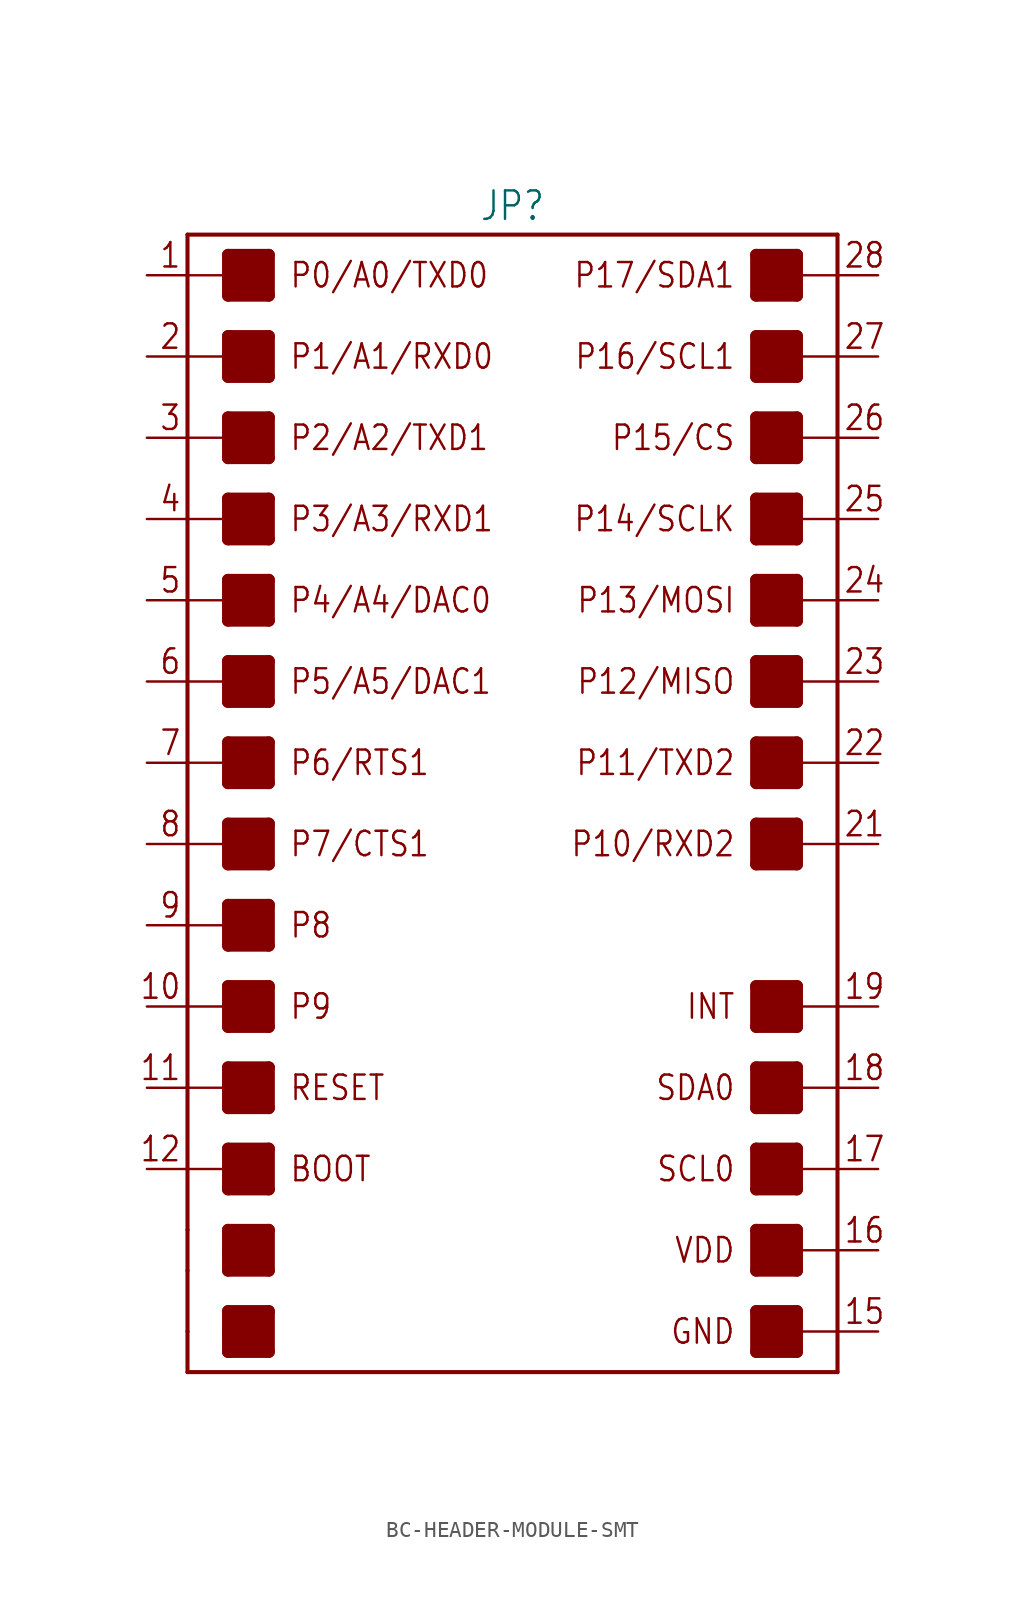
<source format=kicad_sym>
(kicad_symbol_lib
  (version 20231120)
  (generator "kicad_symbol_editor")
  (generator_version "8.0")
  (symbol "BC-HEADER-MODULE-SMT"
    (property "Reference" "JP"
      (at 0 36.322 0)
      (effects (font (size 1.778 1.511)) (justify bottom)))
    (property "Value" ""
      (at 0 -36.322 0)
      (effects (font (size 1.778 1.511)) (justify top)))
    (property "ki_locked" ""
      (at 0 0 0)
      (effects (font (size 1.27 1.27))))
    (symbol "BC-HEADER-MODULE-SMT_1_0"
      (rectangle (start -17.78 -34.29) (end -15.24 -31.75) (stroke (width 0) (type default)) (fill (type outline)))
      (rectangle (start -17.78 -29.21) (end -15.24 -26.67) (stroke (width 0) (type default)) (fill (type outline)))
      (rectangle (start -17.78 -24.13) (end -15.24 -21.59) (stroke (width 0) (type default)) (fill (type outline)))
      (rectangle (start -17.78 -19.05) (end -15.24 -16.51) (stroke (width 0) (type default)) (fill (type outline)))
      (rectangle (start -17.78 -13.97) (end -15.24 -11.43) (stroke (width 0) (type default)) (fill (type outline)))
      (rectangle (start -17.78 -8.89) (end -15.24 -6.35) (stroke (width 0) (type default)) (fill (type outline)))
      (rectangle (start -17.78 -3.81) (end -15.24 -1.27) (stroke (width 0) (type default)) (fill (type outline)))
      (rectangle (start -17.78 1.27) (end -15.24 3.81) (stroke (width 0) (type default)) (fill (type outline)))
      (rectangle (start -17.78 6.35) (end -15.24 8.89) (stroke (width 0) (type default)) (fill (type outline)))
      (rectangle (start -17.78 11.43) (end -15.24 13.97) (stroke (width 0) (type default)) (fill (type outline)))
      (rectangle (start -17.78 16.51) (end -15.24 19.05) (stroke (width 0) (type default)) (fill (type outline)))
      (rectangle (start -17.78 21.59) (end -15.24 24.13) (stroke (width 0) (type default)) (fill (type outline)))
      (rectangle (start -17.78 26.67) (end -15.24 29.21) (stroke (width 0) (type default)) (fill (type outline)))
      (rectangle (start -17.78 31.75) (end -15.24 34.29) (stroke (width 0) (type default)) (fill (type outline)))
      (polyline (pts (xy -20.32 -33.02) (xy -20.32 -35.56)) (stroke (width 0.254) (type solid)) (fill (type none)))
      (polyline (pts (xy -20.32 -29.21) (xy -20.32 -33.02)) (stroke (width 0.254) (type solid)) (fill (type none)))
      (polyline (pts (xy -20.32 -26.67) (xy -20.32 -29.21)) (stroke (width 0.254) (type solid)) (fill (type none)))
      (polyline (pts (xy -20.32 -22.86) (xy -20.32 -26.67)) (stroke (width 0.254) (type solid)) (fill (type none)))
      (polyline (pts (xy -20.32 -22.86) (xy -17.78 -22.86)) (stroke (width 0.152) (type solid)) (fill (type none)))
      (polyline (pts (xy -20.32 -17.78) (xy -20.32 -22.86)) (stroke (width 0.254) (type solid)) (fill (type none)))
      (polyline (pts (xy -20.32 -17.78) (xy -17.78 -17.78)) (stroke (width 0.152) (type solid)) (fill (type none)))
      (polyline (pts (xy -20.32 -12.7) (xy -20.32 -17.78)) (stroke (width 0.254) (type solid)) (fill (type none)))
      (polyline (pts (xy -20.32 -12.7) (xy -17.78 -12.7)) (stroke (width 0.152) (type solid)) (fill (type none)))
      (polyline (pts (xy -20.32 -7.62) (xy -20.32 -12.7)) (stroke (width 0.254) (type solid)) (fill (type none)))
      (polyline (pts (xy -20.32 -7.62) (xy -17.78 -7.62)) (stroke (width 0.152) (type solid)) (fill (type none)))
      (polyline (pts (xy -20.32 -2.54) (xy -20.32 -7.62)) (stroke (width 0.254) (type solid)) (fill (type none)))
      (polyline (pts (xy -20.32 -2.54) (xy -17.78 -2.54)) (stroke (width 0.152) (type solid)) (fill (type none)))
      (polyline (pts (xy -20.32 2.54) (xy -20.32 -2.54)) (stroke (width 0.254) (type solid)) (fill (type none)))
      (polyline (pts (xy -20.32 2.54) (xy -17.78 2.54)) (stroke (width 0.152) (type solid)) (fill (type none)))
      (polyline (pts (xy -20.32 7.62) (xy -20.32 2.54)) (stroke (width 0.254) (type solid)) (fill (type none)))
      (polyline (pts (xy -20.32 7.62) (xy -17.78 7.62)) (stroke (width 0.152) (type solid)) (fill (type none)))
      (polyline (pts (xy -20.32 12.7) (xy -20.32 7.62)) (stroke (width 0.254) (type solid)) (fill (type none)))
      (polyline (pts (xy -20.32 12.7) (xy -17.78 12.7)) (stroke (width 0.152) (type solid)) (fill (type none)))
      (polyline (pts (xy -20.32 17.78) (xy -20.32 12.7)) (stroke (width 0.254) (type solid)) (fill (type none)))
      (polyline (pts (xy -20.32 17.78) (xy -17.78 17.78)) (stroke (width 0.152) (type solid)) (fill (type none)))
      (polyline (pts (xy -20.32 22.86) (xy -20.32 17.78)) (stroke (width 0.254) (type solid)) (fill (type none)))
      (polyline (pts (xy -20.32 22.86) (xy -17.78 22.86)) (stroke (width 0.152) (type solid)) (fill (type none)))
      (polyline (pts (xy -20.32 27.94) (xy -20.32 22.86)) (stroke (width 0.254) (type solid)) (fill (type none)))
      (polyline (pts (xy -20.32 27.94) (xy -17.78 27.94)) (stroke (width 0.152) (type solid)) (fill (type none)))
      (polyline (pts (xy -20.32 33.02) (xy -20.32 27.94)) (stroke (width 0.254) (type solid)) (fill (type none)))
      (polyline (pts (xy -20.32 33.02) (xy -17.78 33.02)) (stroke (width 0.152) (type solid)) (fill (type none)))
      (polyline (pts (xy -20.32 35.56) (xy -20.32 33.02)) (stroke (width 0.254) (type solid)) (fill (type none)))
      (polyline (pts (xy -20.32 35.56) (xy 20.32 35.56)) (stroke (width 0.254) (type solid)) (fill (type none)))
      (polyline (pts (xy -17.78 -34.29) (xy -15.24 -34.29)) (stroke (width 0.762) (type solid)) (fill (type none)))
      (polyline (pts (xy -17.78 -33.02) (xy -17.78 -34.29)) (stroke (width 0.762) (type solid)) (fill (type none)))
      (polyline (pts (xy -17.78 -31.75) (xy -17.78 -33.02)) (stroke (width 0.762) (type solid)) (fill (type none)))
      (polyline (pts (xy -17.78 -31.75) (xy -15.24 -31.75)) (stroke (width 0.762) (type solid)) (fill (type none)))
      (polyline (pts (xy -17.78 -29.21) (xy -15.24 -29.21)) (stroke (width 0.762) (type solid)) (fill (type none)))
      (polyline (pts (xy -17.78 -27.94) (xy -17.78 -29.21)) (stroke (width 0.762) (type solid)) (fill (type none)))
      (polyline (pts (xy -17.78 -26.67) (xy -17.78 -27.94)) (stroke (width 0.762) (type solid)) (fill (type none)))
      (polyline (pts (xy -17.78 -26.67) (xy -15.24 -26.67)) (stroke (width 0.762) (type solid)) (fill (type none)))
      (polyline (pts (xy -17.78 -24.13) (xy -15.24 -24.13)) (stroke (width 0.762) (type solid)) (fill (type none)))
      (polyline (pts (xy -17.78 -22.86) (xy -17.78 -24.13)) (stroke (width 0.762) (type solid)) (fill (type none)))
      (polyline (pts (xy -17.78 -21.59) (xy -17.78 -22.86)) (stroke (width 0.762) (type solid)) (fill (type none)))
      (polyline (pts (xy -17.78 -21.59) (xy -15.24 -21.59)) (stroke (width 0.762) (type solid)) (fill (type none)))
      (polyline (pts (xy -17.78 -19.05) (xy -15.24 -19.05)) (stroke (width 0.762) (type solid)) (fill (type none)))
      (polyline (pts (xy -17.78 -17.78) (xy -17.78 -19.05)) (stroke (width 0.762) (type solid)) (fill (type none)))
      (polyline (pts (xy -17.78 -16.51) (xy -17.78 -17.78)) (stroke (width 0.762) (type solid)) (fill (type none)))
      (polyline (pts (xy -17.78 -16.51) (xy -15.24 -16.51)) (stroke (width 0.762) (type solid)) (fill (type none)))
      (polyline (pts (xy -17.78 -13.97) (xy -15.24 -13.97)) (stroke (width 0.762) (type solid)) (fill (type none)))
      (polyline (pts (xy -17.78 -12.7) (xy -17.78 -13.97)) (stroke (width 0.762) (type solid)) (fill (type none)))
      (polyline (pts (xy -17.78 -11.43) (xy -17.78 -12.7)) (stroke (width 0.762) (type solid)) (fill (type none)))
      (polyline (pts (xy -17.78 -11.43) (xy -15.24 -11.43)) (stroke (width 0.762) (type solid)) (fill (type none)))
      (polyline (pts (xy -17.78 -8.89) (xy -15.24 -8.89)) (stroke (width 0.762) (type solid)) (fill (type none)))
      (polyline (pts (xy -17.78 -7.62) (xy -17.78 -8.89)) (stroke (width 0.762) (type solid)) (fill (type none)))
      (polyline (pts (xy -17.78 -6.35) (xy -17.78 -7.62)) (stroke (width 0.762) (type solid)) (fill (type none)))
      (polyline (pts (xy -17.78 -6.35) (xy -15.24 -6.35)) (stroke (width 0.762) (type solid)) (fill (type none)))
      (polyline (pts (xy -17.78 -3.81) (xy -15.24 -3.81)) (stroke (width 0.762) (type solid)) (fill (type none)))
      (polyline (pts (xy -17.78 -2.54) (xy -17.78 -3.81)) (stroke (width 0.762) (type solid)) (fill (type none)))
      (polyline (pts (xy -17.78 -1.27) (xy -17.78 -2.54)) (stroke (width 0.762) (type solid)) (fill (type none)))
      (polyline (pts (xy -17.78 -1.27) (xy -15.24 -1.27)) (stroke (width 0.762) (type solid)) (fill (type none)))
      (polyline (pts (xy -17.78 1.27) (xy -15.24 1.27)) (stroke (width 0.762) (type solid)) (fill (type none)))
      (polyline (pts (xy -17.78 2.54) (xy -17.78 1.27)) (stroke (width 0.762) (type solid)) (fill (type none)))
      (polyline (pts (xy -17.78 3.81) (xy -17.78 2.54)) (stroke (width 0.762) (type solid)) (fill (type none)))
      (polyline (pts (xy -17.78 3.81) (xy -15.24 3.81)) (stroke (width 0.762) (type solid)) (fill (type none)))
      (polyline (pts (xy -17.78 6.35) (xy -15.24 6.35)) (stroke (width 0.762) (type solid)) (fill (type none)))
      (polyline (pts (xy -17.78 7.62) (xy -17.78 6.35)) (stroke (width 0.762) (type solid)) (fill (type none)))
      (polyline (pts (xy -17.78 8.89) (xy -17.78 7.62)) (stroke (width 0.762) (type solid)) (fill (type none)))
      (polyline (pts (xy -17.78 8.89) (xy -15.24 8.89)) (stroke (width 0.762) (type solid)) (fill (type none)))
      (polyline (pts (xy -17.78 11.43) (xy -15.24 11.43)) (stroke (width 0.762) (type solid)) (fill (type none)))
      (polyline (pts (xy -17.78 12.7) (xy -17.78 11.43)) (stroke (width 0.762) (type solid)) (fill (type none)))
      (polyline (pts (xy -17.78 13.97) (xy -17.78 12.7)) (stroke (width 0.762) (type solid)) (fill (type none)))
      (polyline (pts (xy -17.78 13.97) (xy -15.24 13.97)) (stroke (width 0.762) (type solid)) (fill (type none)))
      (polyline (pts (xy -17.78 16.51) (xy -15.24 16.51)) (stroke (width 0.762) (type solid)) (fill (type none)))
      (polyline (pts (xy -17.78 17.78) (xy -17.78 16.51)) (stroke (width 0.762) (type solid)) (fill (type none)))
      (polyline (pts (xy -17.78 19.05) (xy -17.78 17.78)) (stroke (width 0.762) (type solid)) (fill (type none)))
      (polyline (pts (xy -17.78 19.05) (xy -15.24 19.05)) (stroke (width 0.762) (type solid)) (fill (type none)))
      (polyline (pts (xy -17.78 21.59) (xy -15.24 21.59)) (stroke (width 0.762) (type solid)) (fill (type none)))
      (polyline (pts (xy -17.78 22.86) (xy -17.78 21.59)) (stroke (width 0.762) (type solid)) (fill (type none)))
      (polyline (pts (xy -17.78 24.13) (xy -17.78 22.86)) (stroke (width 0.762) (type solid)) (fill (type none)))
      (polyline (pts (xy -17.78 24.13) (xy -15.24 24.13)) (stroke (width 0.762) (type solid)) (fill (type none)))
      (polyline (pts (xy -17.78 26.67) (xy -15.24 26.67)) (stroke (width 0.762) (type solid)) (fill (type none)))
      (polyline (pts (xy -17.78 27.94) (xy -17.78 26.67)) (stroke (width 0.762) (type solid)) (fill (type none)))
      (polyline (pts (xy -17.78 29.21) (xy -17.78 27.94)) (stroke (width 0.762) (type solid)) (fill (type none)))
      (polyline (pts (xy -17.78 29.21) (xy -15.24 29.21)) (stroke (width 0.762) (type solid)) (fill (type none)))
      (polyline (pts (xy -17.78 31.75) (xy -15.24 31.75)) (stroke (width 0.762) (type solid)) (fill (type none)))
      (polyline (pts (xy -17.78 33.02) (xy -17.78 31.75)) (stroke (width 0.762) (type solid)) (fill (type none)))
      (polyline (pts (xy -17.78 34.29) (xy -17.78 33.02)) (stroke (width 0.762) (type solid)) (fill (type none)))
      (polyline (pts (xy -17.78 34.29) (xy -15.24 34.29)) (stroke (width 0.762) (type solid)) (fill (type none)))
      (polyline (pts (xy -15.24 -34.29) (xy -15.24 -31.75)) (stroke (width 0.762) (type solid)) (fill (type none)))
      (polyline (pts (xy -15.24 -29.21) (xy -15.24 -26.67)) (stroke (width 0.762) (type solid)) (fill (type none)))
      (polyline (pts (xy -15.24 -24.13) (xy -15.24 -21.59)) (stroke (width 0.762) (type solid)) (fill (type none)))
      (polyline (pts (xy -15.24 -19.05) (xy -15.24 -16.51)) (stroke (width 0.762) (type solid)) (fill (type none)))
      (polyline (pts (xy -15.24 -13.97) (xy -15.24 -11.43)) (stroke (width 0.762) (type solid)) (fill (type none)))
      (polyline (pts (xy -15.24 -8.89) (xy -15.24 -6.35)) (stroke (width 0.762) (type solid)) (fill (type none)))
      (polyline (pts (xy -15.24 -3.81) (xy -15.24 -1.27)) (stroke (width 0.762) (type solid)) (fill (type none)))
      (polyline (pts (xy -15.24 1.27) (xy -15.24 3.81)) (stroke (width 0.762) (type solid)) (fill (type none)))
      (polyline (pts (xy -15.24 6.35) (xy -15.24 8.89)) (stroke (width 0.762) (type solid)) (fill (type none)))
      (polyline (pts (xy -15.24 11.43) (xy -15.24 13.97)) (stroke (width 0.762) (type solid)) (fill (type none)))
      (polyline (pts (xy -15.24 16.51) (xy -15.24 19.05)) (stroke (width 0.762) (type solid)) (fill (type none)))
      (polyline (pts (xy -15.24 21.59) (xy -15.24 24.13)) (stroke (width 0.762) (type solid)) (fill (type none)))
      (polyline (pts (xy -15.24 26.67) (xy -15.24 29.21)) (stroke (width 0.762) (type solid)) (fill (type none)))
      (polyline (pts (xy -15.24 31.75) (xy -15.24 34.29)) (stroke (width 0.762) (type solid)) (fill (type none)))
      (polyline (pts (xy 15.24 -34.29) (xy 17.78 -34.29)) (stroke (width 0.762) (type solid)) (fill (type none)))
      (polyline (pts (xy 15.24 -31.75) (xy 15.24 -34.29)) (stroke (width 0.762) (type solid)) (fill (type none)))
      (polyline (pts (xy 15.24 -31.75) (xy 17.78 -31.75)) (stroke (width 0.762) (type solid)) (fill (type none)))
      (polyline (pts (xy 15.24 -29.21) (xy 17.78 -29.21)) (stroke (width 0.762) (type solid)) (fill (type none)))
      (polyline (pts (xy 15.24 -26.67) (xy 15.24 -29.21)) (stroke (width 0.762) (type solid)) (fill (type none)))
      (polyline (pts (xy 15.24 -26.67) (xy 17.78 -26.67)) (stroke (width 0.762) (type solid)) (fill (type none)))
      (polyline (pts (xy 15.24 -24.13) (xy 17.78 -24.13)) (stroke (width 0.762) (type solid)) (fill (type none)))
      (polyline (pts (xy 15.24 -21.59) (xy 15.24 -24.13)) (stroke (width 0.762) (type solid)) (fill (type none)))
      (polyline (pts (xy 15.24 -21.59) (xy 17.78 -21.59)) (stroke (width 0.762) (type solid)) (fill (type none)))
      (polyline (pts (xy 15.24 -19.05) (xy 17.78 -19.05)) (stroke (width 0.762) (type solid)) (fill (type none)))
      (polyline (pts (xy 15.24 -16.51) (xy 15.24 -19.05)) (stroke (width 0.762) (type solid)) (fill (type none)))
      (polyline (pts (xy 15.24 -16.51) (xy 17.78 -16.51)) (stroke (width 0.762) (type solid)) (fill (type none)))
      (polyline (pts (xy 15.24 -13.97) (xy 17.78 -13.97)) (stroke (width 0.762) (type solid)) (fill (type none)))
      (polyline (pts (xy 15.24 -11.43) (xy 15.24 -13.97)) (stroke (width 0.762) (type solid)) (fill (type none)))
      (polyline (pts (xy 15.24 -11.43) (xy 17.78 -11.43)) (stroke (width 0.762) (type solid)) (fill (type none)))
      (polyline (pts (xy 15.24 -3.81) (xy 17.78 -3.81)) (stroke (width 0.762) (type solid)) (fill (type none)))
      (polyline (pts (xy 15.24 -1.27) (xy 15.24 -3.81)) (stroke (width 0.762) (type solid)) (fill (type none)))
      (polyline (pts (xy 15.24 -1.27) (xy 17.78 -1.27)) (stroke (width 0.762) (type solid)) (fill (type none)))
      (polyline (pts (xy 15.24 1.27) (xy 17.78 1.27)) (stroke (width 0.762) (type solid)) (fill (type none)))
      (polyline (pts (xy 15.24 3.81) (xy 15.24 1.27)) (stroke (width 0.762) (type solid)) (fill (type none)))
      (polyline (pts (xy 15.24 3.81) (xy 17.78 3.81)) (stroke (width 0.762) (type solid)) (fill (type none)))
      (polyline (pts (xy 15.24 6.35) (xy 17.78 6.35)) (stroke (width 0.762) (type solid)) (fill (type none)))
      (polyline (pts (xy 15.24 8.89) (xy 15.24 6.35)) (stroke (width 0.762) (type solid)) (fill (type none)))
      (polyline (pts (xy 15.24 8.89) (xy 17.78 8.89)) (stroke (width 0.762) (type solid)) (fill (type none)))
      (polyline (pts (xy 15.24 11.43) (xy 17.78 11.43)) (stroke (width 0.762) (type solid)) (fill (type none)))
      (polyline (pts (xy 15.24 13.97) (xy 15.24 11.43)) (stroke (width 0.762) (type solid)) (fill (type none)))
      (polyline (pts (xy 15.24 13.97) (xy 17.78 13.97)) (stroke (width 0.762) (type solid)) (fill (type none)))
      (polyline (pts (xy 15.24 16.51) (xy 17.78 16.51)) (stroke (width 0.762) (type solid)) (fill (type none)))
      (polyline (pts (xy 15.24 19.05) (xy 15.24 16.51)) (stroke (width 0.762) (type solid)) (fill (type none)))
      (polyline (pts (xy 15.24 19.05) (xy 17.78 19.05)) (stroke (width 0.762) (type solid)) (fill (type none)))
      (polyline (pts (xy 15.24 21.59) (xy 17.78 21.59)) (stroke (width 0.762) (type solid)) (fill (type none)))
      (polyline (pts (xy 15.24 24.13) (xy 15.24 21.59)) (stroke (width 0.762) (type solid)) (fill (type none)))
      (polyline (pts (xy 15.24 24.13) (xy 17.78 24.13)) (stroke (width 0.762) (type solid)) (fill (type none)))
      (polyline (pts (xy 15.24 26.67) (xy 17.78 26.67)) (stroke (width 0.762) (type solid)) (fill (type none)))
      (polyline (pts (xy 15.24 29.21) (xy 15.24 26.67)) (stroke (width 0.762) (type solid)) (fill (type none)))
      (polyline (pts (xy 15.24 29.21) (xy 17.78 29.21)) (stroke (width 0.762) (type solid)) (fill (type none)))
      (polyline (pts (xy 15.24 31.75) (xy 17.78 31.75)) (stroke (width 0.762) (type solid)) (fill (type none)))
      (polyline (pts (xy 15.24 34.29) (xy 15.24 31.75)) (stroke (width 0.762) (type solid)) (fill (type none)))
      (polyline (pts (xy 15.24 34.29) (xy 17.78 34.29)) (stroke (width 0.762) (type solid)) (fill (type none)))
      (polyline (pts (xy 17.78 -34.29) (xy 17.78 -33.02)) (stroke (width 0.762) (type solid)) (fill (type none)))
      (polyline (pts (xy 17.78 -33.02) (xy 17.78 -31.75)) (stroke (width 0.762) (type solid)) (fill (type none)))
      (polyline (pts (xy 17.78 -33.02) (xy 20.32 -33.02)) (stroke (width 0.152) (type solid)) (fill (type none)))
      (polyline (pts (xy 17.78 -29.21) (xy 17.78 -27.94)) (stroke (width 0.762) (type solid)) (fill (type none)))
      (polyline (pts (xy 17.78 -27.94) (xy 17.78 -26.67)) (stroke (width 0.762) (type solid)) (fill (type none)))
      (polyline (pts (xy 17.78 -27.94) (xy 20.32 -27.94)) (stroke (width 0.152) (type solid)) (fill (type none)))
      (polyline (pts (xy 17.78 -24.13) (xy 17.78 -22.86)) (stroke (width 0.762) (type solid)) (fill (type none)))
      (polyline (pts (xy 17.78 -22.86) (xy 17.78 -21.59)) (stroke (width 0.762) (type solid)) (fill (type none)))
      (polyline (pts (xy 17.78 -22.86) (xy 20.32 -22.86)) (stroke (width 0.152) (type solid)) (fill (type none)))
      (polyline (pts (xy 17.78 -19.05) (xy 17.78 -17.78)) (stroke (width 0.762) (type solid)) (fill (type none)))
      (polyline (pts (xy 17.78 -17.78) (xy 17.78 -16.51)) (stroke (width 0.762) (type solid)) (fill (type none)))
      (polyline (pts (xy 17.78 -17.78) (xy 20.32 -17.78)) (stroke (width 0.152) (type solid)) (fill (type none)))
      (polyline (pts (xy 17.78 -13.97) (xy 17.78 -12.7)) (stroke (width 0.762) (type solid)) (fill (type none)))
      (polyline (pts (xy 17.78 -12.7) (xy 17.78 -11.43)) (stroke (width 0.762) (type solid)) (fill (type none)))
      (polyline (pts (xy 17.78 -12.7) (xy 20.32 -12.7)) (stroke (width 0.152) (type solid)) (fill (type none)))
      (polyline (pts (xy 17.78 -3.81) (xy 17.78 -2.54)) (stroke (width 0.762) (type solid)) (fill (type none)))
      (polyline (pts (xy 17.78 -2.54) (xy 17.78 -1.27)) (stroke (width 0.762) (type solid)) (fill (type none)))
      (polyline (pts (xy 17.78 -2.54) (xy 20.32 -2.54)) (stroke (width 0.152) (type solid)) (fill (type none)))
      (polyline (pts (xy 17.78 1.27) (xy 17.78 2.54)) (stroke (width 0.762) (type solid)) (fill (type none)))
      (polyline (pts (xy 17.78 2.54) (xy 17.78 3.81)) (stroke (width 0.762) (type solid)) (fill (type none)))
      (polyline (pts (xy 17.78 2.54) (xy 20.32 2.54)) (stroke (width 0.152) (type solid)) (fill (type none)))
      (polyline (pts (xy 17.78 6.35) (xy 17.78 7.62)) (stroke (width 0.762) (type solid)) (fill (type none)))
      (polyline (pts (xy 17.78 7.62) (xy 17.78 8.89)) (stroke (width 0.762) (type solid)) (fill (type none)))
      (polyline (pts (xy 17.78 7.62) (xy 20.32 7.62)) (stroke (width 0.152) (type solid)) (fill (type none)))
      (polyline (pts (xy 17.78 11.43) (xy 17.78 12.7)) (stroke (width 0.762) (type solid)) (fill (type none)))
      (polyline (pts (xy 17.78 12.7) (xy 17.78 13.97)) (stroke (width 0.762) (type solid)) (fill (type none)))
      (polyline (pts (xy 17.78 12.7) (xy 20.32 12.7)) (stroke (width 0.152) (type solid)) (fill (type none)))
      (polyline (pts (xy 17.78 16.51) (xy 17.78 17.78)) (stroke (width 0.762) (type solid)) (fill (type none)))
      (polyline (pts (xy 17.78 17.78) (xy 17.78 19.05)) (stroke (width 0.762) (type solid)) (fill (type none)))
      (polyline (pts (xy 17.78 17.78) (xy 20.32 17.78)) (stroke (width 0.152) (type solid)) (fill (type none)))
      (polyline (pts (xy 17.78 21.59) (xy 17.78 22.86)) (stroke (width 0.762) (type solid)) (fill (type none)))
      (polyline (pts (xy 17.78 22.86) (xy 17.78 24.13)) (stroke (width 0.762) (type solid)) (fill (type none)))
      (polyline (pts (xy 17.78 22.86) (xy 20.32 22.86)) (stroke (width 0.152) (type solid)) (fill (type none)))
      (polyline (pts (xy 17.78 26.67) (xy 17.78 27.94)) (stroke (width 0.762) (type solid)) (fill (type none)))
      (polyline (pts (xy 17.78 27.94) (xy 17.78 29.21)) (stroke (width 0.762) (type solid)) (fill (type none)))
      (polyline (pts (xy 17.78 27.94) (xy 20.32 27.94)) (stroke (width 0.152) (type solid)) (fill (type none)))
      (polyline (pts (xy 17.78 31.75) (xy 17.78 33.02)) (stroke (width 0.762) (type solid)) (fill (type none)))
      (polyline (pts (xy 17.78 33.02) (xy 17.78 34.29)) (stroke (width 0.762) (type solid)) (fill (type none)))
      (polyline (pts (xy 17.78 33.02) (xy 20.32 33.02)) (stroke (width 0.152) (type solid)) (fill (type none)))
      (polyline (pts (xy 20.32 -35.56) (xy -20.32 -35.56)) (stroke (width 0.254) (type solid)) (fill (type none)))
      (polyline (pts (xy 20.32 -33.02) (xy 20.32 -35.56)) (stroke (width 0.254) (type solid)) (fill (type none)))
      (polyline (pts (xy 20.32 -27.94) (xy 20.32 -33.02)) (stroke (width 0.254) (type solid)) (fill (type none)))
      (polyline (pts (xy 20.32 -22.86) (xy 20.32 -27.94)) (stroke (width 0.254) (type solid)) (fill (type none)))
      (polyline (pts (xy 20.32 -17.78) (xy 20.32 -22.86)) (stroke (width 0.254) (type solid)) (fill (type none)))
      (polyline (pts (xy 20.32 -12.7) (xy 20.32 -17.78)) (stroke (width 0.254) (type solid)) (fill (type none)))
      (polyline (pts (xy 20.32 -2.54) (xy 20.32 -12.7)) (stroke (width 0.254) (type solid)) (fill (type none)))
      (polyline (pts (xy 20.32 2.54) (xy 20.32 -2.54)) (stroke (width 0.254) (type solid)) (fill (type none)))
      (polyline (pts (xy 20.32 7.62) (xy 20.32 2.54)) (stroke (width 0.254) (type solid)) (fill (type none)))
      (polyline (pts (xy 20.32 12.7) (xy 20.32 7.62)) (stroke (width 0.254) (type solid)) (fill (type none)))
      (polyline (pts (xy 20.32 17.78) (xy 20.32 12.7)) (stroke (width 0.254) (type solid)) (fill (type none)))
      (polyline (pts (xy 20.32 22.86) (xy 20.32 17.78)) (stroke (width 0.254) (type solid)) (fill (type none)))
      (polyline (pts (xy 20.32 27.94) (xy 20.32 22.86)) (stroke (width 0.254) (type solid)) (fill (type none)))
      (polyline (pts (xy 20.32 33.02) (xy 20.32 27.94)) (stroke (width 0.254) (type solid)) (fill (type none)))
      (polyline (pts (xy 20.32 35.56) (xy 20.32 33.02)) (stroke (width 0.254) (type solid)) (fill (type none)))
      (rectangle (start 15.24 -34.29) (end 17.78 -31.75) (stroke (width 0) (type default)) (fill (type outline)))
      (rectangle (start 15.24 -29.21) (end 17.78 -26.67) (stroke (width 0) (type default)) (fill (type outline)))
      (rectangle (start 15.24 -24.13) (end 17.78 -21.59) (stroke (width 0) (type default)) (fill (type outline)))
      (rectangle (start 15.24 -19.05) (end 17.78 -16.51) (stroke (width 0) (type default)) (fill (type outline)))
      (rectangle (start 15.24 -13.97) (end 17.78 -11.43) (stroke (width 0) (type default)) (fill (type outline)))
      (rectangle (start 15.24 -3.81) (end 17.78 -1.27) (stroke (width 0) (type default)) (fill (type outline)))
      (rectangle (start 15.24 1.27) (end 17.78 3.81) (stroke (width 0) (type default)) (fill (type outline)))
      (rectangle (start 15.24 6.35) (end 17.78 8.89) (stroke (width 0) (type default)) (fill (type outline)))
      (rectangle (start 15.24 11.43) (end 17.78 13.97) (stroke (width 0) (type default)) (fill (type outline)))
      (rectangle (start 15.24 16.51) (end 17.78 19.05) (stroke (width 0) (type default)) (fill (type outline)))
      (rectangle (start 15.24 21.59) (end 17.78 24.13) (stroke (width 0) (type default)) (fill (type outline)))
      (rectangle (start 15.24 26.67) (end 17.78 29.21) (stroke (width 0) (type default)) (fill (type outline)))
      (rectangle (start 15.24 31.75) (end 17.78 34.29) (stroke (width 0) (type default)) (fill (type outline)))
      (text "1" (at -20.676 33.376 0) (effects (font (size 1.524 1.295)) (justify right bottom)))
      (text "10" (at -20.676 -12.344 0) (effects (font (size 1.524 1.295)) (justify right bottom)))
      (text "11" (at -20.676 -17.424 0) (effects (font (size 1.524 1.295)) (justify right bottom)))
      (text "12" (at -20.676 -22.504 0) (effects (font (size 1.524 1.295)) (justify right bottom)))
      (text "15" (at 20.676 -32.664 0) (effects (font (size 1.524 1.295)) (justify left bottom)))
      (text "16" (at 20.676 -27.584 0) (effects (font (size 1.524 1.295)) (justify left bottom)))
      (text "17" (at 20.676 -22.504 0) (effects (font (size 1.524 1.295)) (justify left bottom)))
      (text "18" (at 20.676 -17.424 0) (effects (font (size 1.524 1.295)) (justify left bottom)))
      (text "19" (at 20.676 -12.344 0) (effects (font (size 1.524 1.295)) (justify left bottom)))
      (text "2" (at -20.676 28.296 0) (effects (font (size 1.524 1.295)) (justify right bottom)))
      (text "21" (at 20.676 -2.184 0) (effects (font (size 1.524 1.295)) (justify left bottom)))
      (text "22" (at 20.676 2.896 0) (effects (font (size 1.524 1.295)) (justify left bottom)))
      (text "23" (at 20.676 7.976 0) (effects (font (size 1.524 1.295)) (justify left bottom)))
      (text "24" (at 20.676 13.056 0) (effects (font (size 1.524 1.295)) (justify left bottom)))
      (text "25" (at 20.676 18.136 0) (effects (font (size 1.524 1.295)) (justify left bottom)))
      (text "26" (at 20.676 23.216 0) (effects (font (size 1.524 1.295)) (justify left bottom)))
      (text "27" (at 20.676 28.296 0) (effects (font (size 1.524 1.295)) (justify left bottom)))
      (text "28" (at 20.676 33.376 0) (effects (font (size 1.524 1.295)) (justify left bottom)))
      (text "3" (at -20.676 23.216 0) (effects (font (size 1.524 1.295)) (justify right bottom)))
      (text "4" (at -20.676 18.136 0) (effects (font (size 1.524 1.295)) (justify right bottom)))
      (text "5" (at -20.676 13.056 0) (effects (font (size 1.524 1.295)) (justify right bottom)))
      (text "6" (at -20.676 7.976 0) (effects (font (size 1.524 1.295)) (justify right bottom)))
      (text "7" (at -20.676 2.896 0) (effects (font (size 1.524 1.295)) (justify right bottom)))
      (text "8" (at -20.676 -2.184 0) (effects (font (size 1.524 1.295)) (justify right bottom)))
      (text "9" (at -20.676 -7.264 0) (effects (font (size 1.524 1.295)) (justify right bottom)))
      (text "BOOT" (at -13.97 -22.86 0) (effects (font (size 1.524 1.295)) (justify left)))
      (text "GND" (at 13.97 -33.02 0) (effects (font (size 1.524 1.295)) (justify right)))
      (text "INT" (at 13.97 -12.7 0) (effects (font (size 1.524 1.295)) (justify right)))
      (text "P0/A0/TXD0" (at -13.97 33.02 0) (effects (font (size 1.524 1.295)) (justify left)))
      (text "P1/A1/RXD0" (at -13.97 27.94 0) (effects (font (size 1.524 1.295)) (justify left)))
      (text "P10/RXD2" (at 13.97 -2.54 0) (effects (font (size 1.524 1.295)) (justify right)))
      (text "P11/TXD2" (at 13.97 2.54 0) (effects (font (size 1.524 1.295)) (justify right)))
      (text "P12/MISO" (at 13.97 7.62 0) (effects (font (size 1.524 1.295)) (justify right)))
      (text "P13/MOSI" (at 13.97 12.7 0) (effects (font (size 1.524 1.295)) (justify right)))
      (text "P14/SCLK" (at 13.97 17.78 0) (effects (font (size 1.524 1.295)) (justify right)))
      (text "P15/CS" (at 13.97 22.86 0) (effects (font (size 1.524 1.295)) (justify right)))
      (text "P16/SCL1" (at 13.97 27.94 0) (effects (font (size 1.524 1.295)) (justify right)))
      (text "P17/SDA1" (at 13.97 33.02 0) (effects (font (size 1.524 1.295)) (justify right)))
      (text "P2/A2/TXD1" (at -13.97 22.86 0) (effects (font (size 1.524 1.295)) (justify left)))
      (text "P3/A3/RXD1" (at -13.97 17.78 0) (effects (font (size 1.524 1.295)) (justify left)))
      (text "P4/A4/DAC0" (at -13.97 12.7 0) (effects (font (size 1.524 1.295)) (justify left)))
      (text "P5/A5/DAC1" (at -13.97 7.62 0) (effects (font (size 1.524 1.295)) (justify left)))
      (text "P6/RTS1" (at -13.97 2.54 0) (effects (font (size 1.524 1.295)) (justify left)))
      (text "P7/CTS1" (at -13.97 -2.54 0) (effects (font (size 1.524 1.295)) (justify left)))
      (text "P8" (at -13.97 -7.62 0) (effects (font (size 1.524 1.295)) (justify left)))
      (text "P9" (at -13.97 -12.7 0) (effects (font (size 1.524 1.295)) (justify left)))
      (text "RESET" (at -13.97 -17.78 0) (effects (font (size 1.524 1.295)) (justify left)))
      (text "SCL0" (at 13.97 -22.86 0) (effects (font (size 1.524 1.295)) (justify right)))
      (text "SDA0" (at 13.97 -17.78 0) (effects (font (size 1.524 1.295)) (justify right)))
      (text "VDD" (at 13.97 -27.94 0) (effects (font (size 1.524 1.295)) (justify right)))
      (pin passive line (at -22.86 33.02 0) (length 2.54) (name "P0/A0/TXD0" (effects (font (size 0 0)))) (number "1" (effects (font (size 0 0)))))
      (pin passive line (at -22.86 -12.7 0) (length 2.54) (name "P9" (effects (font (size 0 0)))) (number "10" (effects (font (size 0 0)))))
      (pin passive line (at -22.86 -17.78 0) (length 2.54) (name "RESET" (effects (font (size 0 0)))) (number "11" (effects (font (size 0 0)))))
      (pin passive line (at -22.86 -22.86 0) (length 2.54) (name "BOOT" (effects (font (size 0 0)))) (number "12" (effects (font (size 0 0)))))
      (pin passive line (at 22.86 -33.02 180) (length 2.54) (name "GND" (effects (font (size 0 0)))) (number "15" (effects (font (size 0 0)))))
      (pin passive line (at 22.86 -27.94 180) (length 2.54) (name "VDD" (effects (font (size 0 0)))) (number "16" (effects (font (size 0 0)))))
      (pin passive line (at 22.86 -22.86 180) (length 2.54) (name "SCL0" (effects (font (size 0 0)))) (number "17" (effects (font (size 0 0)))))
      (pin passive line (at 22.86 -17.78 180) (length 2.54) (name "SDA0" (effects (font (size 0 0)))) (number "18" (effects (font (size 0 0)))))
      (pin passive line (at 22.86 -12.7 180) (length 2.54) (name "INT" (effects (font (size 0 0)))) (number "19" (effects (font (size 0 0)))))
      (pin passive line (at -22.86 27.94 0) (length 2.54) (name "P1/A1/RXD0" (effects (font (size 0 0)))) (number "2" (effects (font (size 0 0)))))
      (pin passive line (at 22.86 -2.54 180) (length 2.54) (name "P10/RXD2" (effects (font (size 0 0)))) (number "21" (effects (font (size 0 0)))))
      (pin passive line (at 22.86 2.54 180) (length 2.54) (name "P11/TXD2" (effects (font (size 0 0)))) (number "22" (effects (font (size 0 0)))))
      (pin passive line (at 22.86 7.62 180) (length 2.54) (name "P12/MISO" (effects (font (size 0 0)))) (number "23" (effects (font (size 0 0)))))
      (pin passive line (at 22.86 12.7 180) (length 2.54) (name "P13/MOSI" (effects (font (size 0 0)))) (number "24" (effects (font (size 0 0)))))
      (pin passive line (at 22.86 17.78 180) (length 2.54) (name "P14/SCLK" (effects (font (size 0 0)))) (number "25" (effects (font (size 0 0)))))
      (pin passive line (at 22.86 22.86 180) (length 2.54) (name "P15/CS" (effects (font (size 0 0)))) (number "26" (effects (font (size 0 0)))))
      (pin passive line (at 22.86 27.94 180) (length 2.54) (name "P16/SCL1" (effects (font (size 0 0)))) (number "27" (effects (font (size 0 0)))))
      (pin passive line (at 22.86 33.02 180) (length 2.54) (name "P17/SDA1" (effects (font (size 0 0)))) (number "28" (effects (font (size 0 0)))))
      (pin passive line (at -22.86 22.86 0) (length 2.54) (name "P2/A2/TXD1" (effects (font (size 0 0)))) (number "3" (effects (font (size 0 0)))))
      (pin passive line (at -22.86 17.78 0) (length 2.54) (name "P3/A3/RXD1" (effects (font (size 0 0)))) (number "4" (effects (font (size 0 0)))))
      (pin passive line (at -22.86 12.7 0) (length 2.54) (name "P4/A4/DAC0" (effects (font (size 0 0)))) (number "5" (effects (font (size 0 0)))))
      (pin passive line (at -22.86 7.62 0) (length 2.54) (name "P5/A5/DAC1" (effects (font (size 0 0)))) (number "6" (effects (font (size 0 0)))))
      (pin passive line (at -22.86 2.54 0) (length 2.54) (name "P6/RTS1" (effects (font (size 0 0)))) (number "7" (effects (font (size 0 0)))))
      (pin passive line (at -22.86 -2.54 0) (length 2.54) (name "P7/CTS1" (effects (font (size 0 0)))) (number "8" (effects (font (size 0 0)))))
      (pin passive line (at -22.86 -7.62 0) (length 2.54) (name "P8" (effects (font (size 0 0)))) (number "9" (effects (font (size 0 0))))))))
</source>
